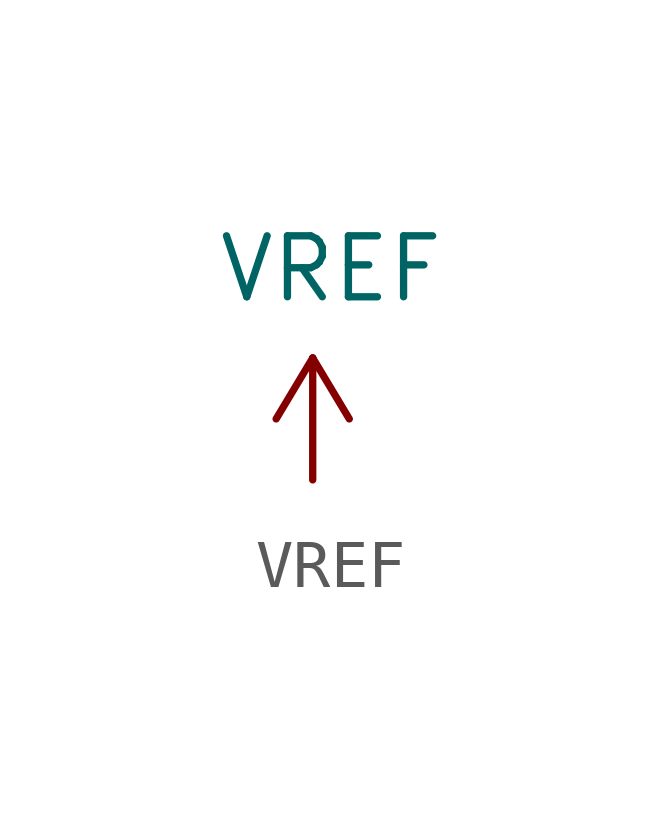
<source format=kicad_sym>
(kicad_symbol_lib
  (version 20220914)
  (generator kicad_symbol_editor)
  (symbol "VREF"
    (power)
    (pin_names
      (offset 0))
    (property "Reference" "#VREF04"
      (at 0 -3.81 0)
      (effects (font (size 1.27 1.27)) hide))
    (property "Value" "VREF"
      (at 0.381 4.394 0)
      (effects (font (size 1.27 1.27))))
    (symbol "VREF_0_1"
      (polyline (pts (xy -0.762 1.27) (xy 0 2.54)) (stroke (width 0) (type solid)) (fill (type none)))
      (polyline (pts (xy 0 0) (xy 0 2.54)) (stroke (width 0) (type solid)) (fill (type none)))
      (polyline (pts (xy 0 2.54) (xy 0.762 1.27)) (stroke (width 0) (type solid)) (fill (type none))))
    (symbol "VREF_1_1"
      (pin power_in line (at 0 0 90) (length 0) hide (name "Vref" (effects (font (size 1.27 1.27)))) (number "1" (effects (font (size 1.27 1.27))))))))
</source>
